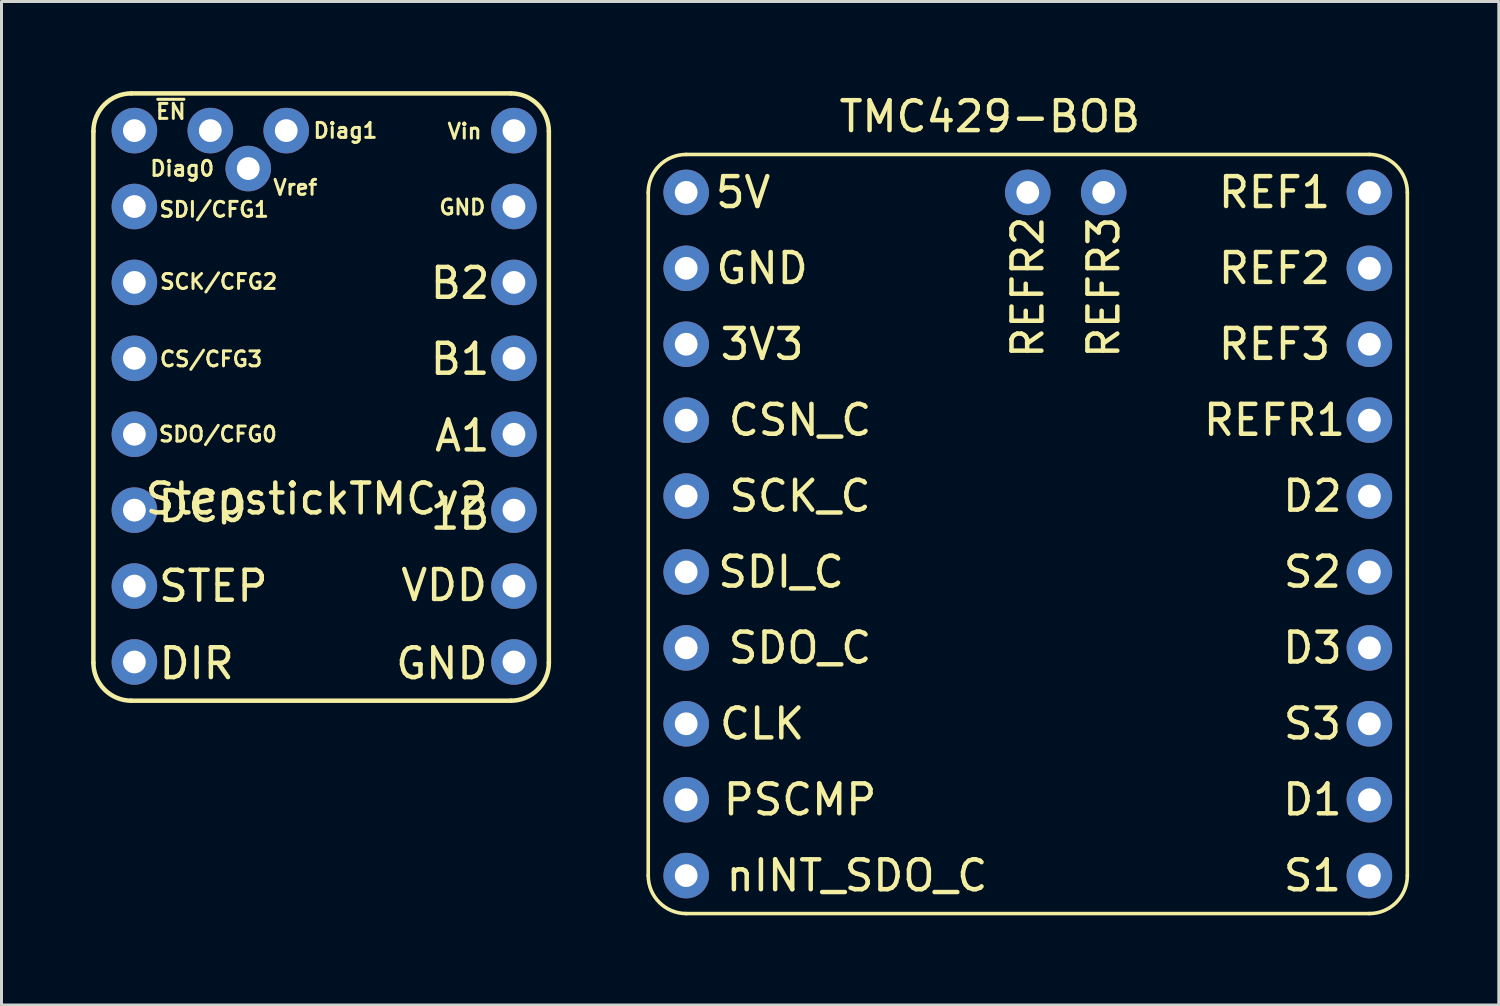
<source format=kicad_pcb>
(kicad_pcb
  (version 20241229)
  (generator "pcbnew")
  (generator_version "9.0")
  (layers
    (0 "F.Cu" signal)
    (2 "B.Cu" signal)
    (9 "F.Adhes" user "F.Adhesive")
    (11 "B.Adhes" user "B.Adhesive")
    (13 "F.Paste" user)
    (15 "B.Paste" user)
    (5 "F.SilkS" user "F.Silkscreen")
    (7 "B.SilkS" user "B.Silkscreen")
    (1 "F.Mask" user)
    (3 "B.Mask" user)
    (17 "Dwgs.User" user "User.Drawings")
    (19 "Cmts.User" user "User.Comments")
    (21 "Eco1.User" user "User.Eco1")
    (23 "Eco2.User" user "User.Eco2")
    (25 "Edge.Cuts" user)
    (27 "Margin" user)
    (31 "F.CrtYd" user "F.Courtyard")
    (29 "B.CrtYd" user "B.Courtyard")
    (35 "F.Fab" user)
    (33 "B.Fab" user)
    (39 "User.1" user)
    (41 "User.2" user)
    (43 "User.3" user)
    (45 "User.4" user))
  (footprint "StepstickTMCv2"
    (layer "F.Cu")
    (at 1.447 1.32)
    (property "Reference" "StepstickTMCv2" (at 6.096 12.319 180) (layer "F.SilkS") (effects (font (size 1 1) (thickness 0.15))))
    (attr through_hole)
    (fp_line (start -1.372 0.025) (end -1.372 17.805) (stroke (width 0.15) (type solid)) (layer "F.SilkS"))
    (fp_line (start 12.598 -1.245) (end -0.102 -1.245) (stroke (width 0.15) (type solid)) (layer "F.SilkS"))
    (fp_line (start 12.598 19.075) (end -0.102 19.075) (stroke (width 0.15) (type solid)) (layer "F.SilkS"))
    (fp_line (start 13.868 17.805) (end 13.868 0.025) (stroke (width 0.15) (type solid)) (layer "F.SilkS"))
    (fp_arc (start -1.3716 0.0254) (mid -0.999626 -0.872626) (end -0.1016 -1.2446) (stroke (width 0.15) (type solid)) (layer "F.SilkS"))
    (fp_arc (start -0.1016 19.0754) (mid -0.999626 18.703426) (end -1.3716 17.8054) (stroke (width 0.15) (type solid)) (layer "F.SilkS"))
    (fp_arc (start 12.5984 -1.2446) (mid 13.496426 -0.872626) (end 13.8684 0.0254) (stroke (width 0.15) (type solid)) (layer "F.SilkS"))
    (fp_arc (start 13.8684 17.8054) (mid 13.496426 18.703426) (end 12.5984 19.0754) (stroke (width 0.15) (type solid)) (layer "F.SilkS"))
    (fp_text user "VDD" (at 10.363 15.215 180) (layer "F.SilkS") (effects (font (size 1 1) (thickness 0.15))))
    (fp_text user "CS/CFG3" (at 2.565 7.645 180) (layer "F.SilkS") (effects (font (size 0.5 0.5) (thickness 0.1))))
    (fp_text user "A1" (at 10.973 10.211 180) (layer "F.SilkS") (effects (font (size 1 1) (thickness 0.15))))
    (fp_text user "GND" (at 10.973 2.565 180) (layer "F.SilkS") (effects (font (size 0.5 0.5) (thickness 0.1))))
    (fp_text user "SDI/CFG1" (at 2.667 2.642 180) (layer "F.SilkS") (effects (font (size 0.5 0.5) (thickness 0.1))))
    (fp_text user "SDO/CFG0" (at 2.794 10.16 180) (layer "F.SilkS") (effects (font (size 0.5 0.5) (thickness 0.1))))
    (fp_text user "DIR" (at 2.083 17.831 180) (layer "F.SilkS") (effects (font (size 1 1) (thickness 0.15))))
    (fp_text user "Diag1" (at 7.061 0 180) (layer "F.SilkS") (effects (font (size 0.5 0.5) (thickness 0.1))))
    (fp_text user "Vin" (at 11.049 0.025 180) (layer "F.SilkS") (effects (font (size 0.5 0.5) (thickness 0.1))))
    (fp_text user "STEP" (at 2.642 15.24 180) (layer "F.SilkS") (effects (font (size 1 1) (thickness 0.15))))
    (fp_text user "Vref" (at 5.385 1.905 180) (layer "F.SilkS") (effects (font (size 0.5 0.5) (thickness 0.1))))
    (fp_text user "~{EN}" (at 1.219 -0.635 180) (layer "F.SilkS") (effects (font (size 0.5 0.5) (thickness 0.1))))
    (fp_text user "1B" (at 10.897 12.827 180) (layer "F.SilkS") (effects (font (size 1 1) (thickness 0.15))))
    (fp_text user "DC0" (at 2.286 12.573 180) (layer "F.SilkS") (effects (font (size 1 1) (thickness 0.15))))
    (fp_text user "Diag0" (at 1.6 1.27 180) (layer "F.SilkS") (effects (font (size 0.5 0.5) (thickness 0.1))))
    (fp_text user "SCK/CFG2" (at 2.819 5.055 0) (layer "F.SilkS") (effects (font (size 0.5 0.5) (thickness 0.1))))
    (fp_text user "B2" (at 10.897 5.105 180) (layer "F.SilkS") (effects (font (size 1 1) (thickness 0.15))))
    (fp_text user "GND" (at 10.287 17.831 180) (layer "F.SilkS") (effects (font (size 1 1) (thickness 0.15))))
    (fp_text user "B1" (at 10.897 7.645 180) (layer "F.SilkS") (effects (font (size 1 1) (thickness 0.15))))
    (pad "1" thru_hole circle (at 0 0 180) (size 1.524 1.524) (drill 0.762) (layers "*.Cu" "*.Mask"))
    (pad "2" thru_hole circle (at 0 2.54 180) (size 1.524 1.524) (drill 0.762) (layers "*.Cu" "*.Mask"))
    (pad "3" thru_hole circle (at 0 5.08 180) (size 1.524 1.524) (drill 0.762) (layers "*.Cu" "*.Mask"))
    (pad "4" thru_hole circle (at 0 7.62 180) (size 1.524 1.524) (drill 0.762) (layers "*.Cu" "*.Mask"))
    (pad "5" thru_hole circle (at 0 10.16 180) (size 1.524 1.524) (drill 0.762) (layers "*.Cu" "*.Mask"))
    (pad "6" thru_hole circle (at 0 12.7 180) (size 1.524 1.524) (drill 0.762) (layers "*.Cu" "*.Mask"))
    (pad "7" thru_hole circle (at 0 15.24 180) (size 1.524 1.524) (drill 0.762) (layers "*.Cu" "*.Mask"))
    (pad "8" thru_hole circle (at 0 17.78 180) (size 1.524 1.524) (drill 0.762) (layers "*.Cu" "*.Mask"))
    (pad "9" thru_hole circle (at 12.7 17.78 180) (size 1.524 1.524) (drill 0.762) (layers "*.Cu" "*.Mask"))
    (pad "10" thru_hole circle (at 12.7 15.24 180) (size 1.524 1.524) (drill 0.762) (layers "*.Cu" "*.Mask"))
    (pad "11" thru_hole circle (at 12.7 12.7 180) (size 1.524 1.524) (drill 0.762) (layers "*.Cu" "*.Mask"))
    (pad "12" thru_hole circle (at 12.7 10.16 180) (size 1.524 1.524) (drill 0.762) (layers "*.Cu" "*.Mask"))
    (pad "13" thru_hole circle (at 12.7 7.62 180) (size 1.524 1.524) (drill 0.762) (layers "*.Cu" "*.Mask"))
    (pad "14" thru_hole circle (at 12.7 5.08 180) (size 1.524 1.524) (drill 0.762) (layers "*.Cu" "*.Mask"))
    (pad "15" thru_hole circle (at 12.7 2.54 180) (size 1.524 1.524) (drill 0.762) (layers "*.Cu" "*.Mask"))
    (pad "16" thru_hole circle (at 12.7 0 180) (size 1.524 1.524) (drill 0.762) (layers "*.Cu" "*.Mask"))
    (pad "17" thru_hole circle (at 2.54 0 180) (size 1.524 1.524) (drill 0.762) (layers "*.Cu" "*.Mask"))
    (pad "18" thru_hole circle (at 5.08 0 180) (size 1.524 1.524) (drill 0.762) (layers "*.Cu" "*.Mask"))
    (pad "19" thru_hole circle (at 3.81 1.27 180) (size 1.524 1.524) (drill 0.762) (layers "*.Cu" "*.Mask")))
  (footprint "TMC429-BOB"
    (layer "F.Cu")
    (at 18.64 2.118)
    (property "Reference" "TMC429-BOB" (at 11.43 -1.27 0) (layer "F.SilkS") (effects (font (size 1 1) (thickness 0.15))))
    (attr through_hole)
    (fp_line (start 0 24.13) (end 0 1.27) (stroke (width 0.12) (type solid)) (layer "F.SilkS"))
    (fp_line (start 1.27 0) (end 24.13 0) (stroke (width 0.12) (type solid)) (layer "F.SilkS"))
    (fp_line (start 24.13 25.4) (end 1.27 25.4) (stroke (width 0.12) (type solid)) (layer "F.SilkS"))
    (fp_line (start 25.4 1.27) (end 25.4 24.13) (stroke (width 0.12) (type solid)) (layer "F.SilkS"))
    (fp_arc (start 0 1.27) (mid 0.371974 0.371974) (end 1.27 0) (stroke (width 0.12) (type solid)) (layer "F.SilkS"))
    (fp_arc (start 1.27 25.4) (mid 0.371974 25.028026) (end 0 24.13) (stroke (width 0.12) (type solid)) (layer "F.SilkS"))
    (fp_arc (start 24.13 0) (mid 25.028026 0.371974) (end 25.4 1.27) (stroke (width 0.12) (type solid)) (layer "F.SilkS"))
    (fp_arc (start 25.4 24.13) (mid 25.028026 25.028026) (end 24.13 25.4) (stroke (width 0.12) (type solid)) (layer "F.SilkS"))
    (fp_text user "REF3" (at 20.955 6.35 0) (layer "F.SilkS") (effects (font (size 1 1) (thickness 0.15))))
    (fp_text user "PSCMP" (at 5.08 21.59 0) (layer "F.SilkS") (effects (font (size 1 1) (thickness 0.15))))
    (fp_text user "5V" (at 3.175 1.27 0) (layer "F.SilkS") (effects (font (size 1 1) (thickness 0.15))))
    (fp_text user "3V3" (at 3.81 6.35 0) (layer "F.SilkS") (effects (font (size 1 1) (thickness 0.15))))
    (fp_text user "SDO_C" (at 5.08 16.51 0) (layer "F.SilkS") (effects (font (size 1 1) (thickness 0.15))))
    (fp_text user "GND" (at 3.81 3.81 0) (layer "F.SilkS") (effects (font (size 1 1) (thickness 0.15))))
    (fp_text user "S1" (at 22.225 24.13 0) (layer "F.SilkS") (effects (font (size 1 1) (thickness 0.15))))
    (fp_text user "D3" (at 22.225 16.51 0) (layer "F.SilkS") (effects (font (size 1 1) (thickness 0.15))))
    (fp_text user "CSN_C" (at 5.08 8.89 0) (layer "F.SilkS") (effects (font (size 1 1) (thickness 0.15))))
    (fp_text user "CLK" (at 3.81 19.05 0) (layer "F.SilkS") (effects (font (size 1 1) (thickness 0.15))))
    (fp_text user "REF1" (at 20.955 1.27 0) (layer "F.SilkS") (effects (font (size 1 1) (thickness 0.15))))
    (fp_text user "S2" (at 22.225 13.97 0) (layer "F.SilkS") (effects (font (size 1 1) (thickness 0.15))))
    (fp_text user "REF2" (at 20.955 3.81 0) (layer "F.SilkS") (effects (font (size 1 1) (thickness 0.15))))
    (fp_text user "SDI_C" (at 4.445 13.97 0) (layer "F.SilkS") (effects (font (size 1 1) (thickness 0.15))))
    (fp_text user "SCK_C" (at 5.08 11.43 0) (layer "F.SilkS") (effects (font (size 1 1) (thickness 0.15))))
    (fp_text user "D1" (at 22.225 21.59 0) (layer "F.SilkS") (effects (font (size 1 1) (thickness 0.15))))
    (fp_text user "REFR2" (at 12.7 4.445 90) (layer "F.SilkS") (effects (font (size 1 1) (thickness 0.15))))
    (fp_text user "nINT_SDO_C" (at 6.985 24.13 0) (layer "F.SilkS") (effects (font (size 1 1) (thickness 0.15))))
    (fp_text user "REFR1" (at 20.955 8.89 0) (layer "F.SilkS") (effects (font (size 1 1) (thickness 0.15))))
    (fp_text user "S3" (at 22.225 19.05 0) (layer "F.SilkS") (effects (font (size 1 1) (thickness 0.15))))
    (fp_text user "REFR3" (at 15.24 4.445 90) (layer "F.SilkS") (effects (font (size 1 1) (thickness 0.15))))
    (fp_text user "D2" (at 22.225 11.43 0) (layer "F.SilkS") (effects (font (size 1 1) (thickness 0.15))))
    (pad "1" thru_hole circle (at 1.27 1.27) (size 1.524 1.524) (drill 0.762) (layers "*.Cu" "*.Mask"))
    (pad "2" thru_hole circle (at 1.27 3.81) (size 1.524 1.524) (drill 0.762) (layers "*.Cu" "*.Mask"))
    (pad "3" thru_hole circle (at 1.27 6.35) (size 1.524 1.524) (drill 0.762) (layers "*.Cu" "*.Mask"))
    (pad "4" thru_hole circle (at 1.27 8.89) (size 1.524 1.524) (drill 0.762) (layers "*.Cu" "*.Mask"))
    (pad "5" thru_hole circle (at 1.27 11.43) (size 1.524 1.524) (drill 0.762) (layers "*.Cu" "*.Mask"))
    (pad "6" thru_hole circle (at 1.27 13.97) (size 1.524 1.524) (drill 0.762) (layers "*.Cu" "*.Mask"))
    (pad "7" thru_hole circle (at 1.27 16.51) (size 1.524 1.524) (drill 0.762) (layers "*.Cu" "*.Mask"))
    (pad "8" thru_hole circle (at 1.27 19.05) (size 1.524 1.524) (drill 0.762) (layers "*.Cu" "*.Mask"))
    (pad "9" thru_hole circle (at 1.27 21.59) (size 1.524 1.524) (drill 0.762) (layers "*.Cu" "*.Mask"))
    (pad "10" thru_hole circle (at 1.27 24.13) (size 1.524 1.524) (drill 0.762) (layers "*.Cu" "*.Mask"))
    (pad "11" thru_hole circle (at 24.13 24.13) (size 1.524 1.524) (drill 0.762) (layers "*.Cu" "*.Mask"))
    (pad "12" thru_hole circle (at 24.13 21.59) (size 1.524 1.524) (drill 0.762) (layers "*.Cu" "*.Mask"))
    (pad "13" thru_hole circle (at 24.13 19.05) (size 1.524 1.524) (drill 0.762) (layers "*.Cu" "*.Mask"))
    (pad "14" thru_hole circle (at 24.13 16.51) (size 1.524 1.524) (drill 0.762) (layers "*.Cu" "*.Mask"))
    (pad "15" thru_hole circle (at 24.13 13.97) (size 1.524 1.524) (drill 0.762) (layers "*.Cu" "*.Mask"))
    (pad "16" thru_hole circle (at 24.13 11.43) (size 1.524 1.524) (drill 0.762) (layers "*.Cu" "*.Mask"))
    (pad "17" thru_hole circle (at 24.13 8.89) (size 1.524 1.524) (drill 0.762) (layers "*.Cu" "*.Mask"))
    (pad "18" thru_hole circle (at 24.13 6.35) (size 1.524 1.524) (drill 0.762) (layers "*.Cu" "*.Mask"))
    (pad "19" thru_hole circle (at 24.13 3.81) (size 1.524 1.524) (drill 0.762) (layers "*.Cu" "*.Mask"))
    (pad "20" thru_hole circle (at 24.13 1.27) (size 1.524 1.524) (drill 0.762) (layers "*.Cu" "*.Mask"))
    (pad "21" thru_hole circle (at 12.7 1.27) (size 1.524 1.524) (drill 0.762) (layers "*.Cu" "*.Mask"))
    (pad "22" thru_hole circle (at 15.24 1.27) (size 1.524 1.524) (drill 0.762) (layers "*.Cu" "*.Mask")))
  (gr_rect
    (start -3 -3)
    (end 47.1 30.578)
    (stroke (width 0.1) (type default))
    (fill no)
    (layer "Edge.Cuts")))
</source>
